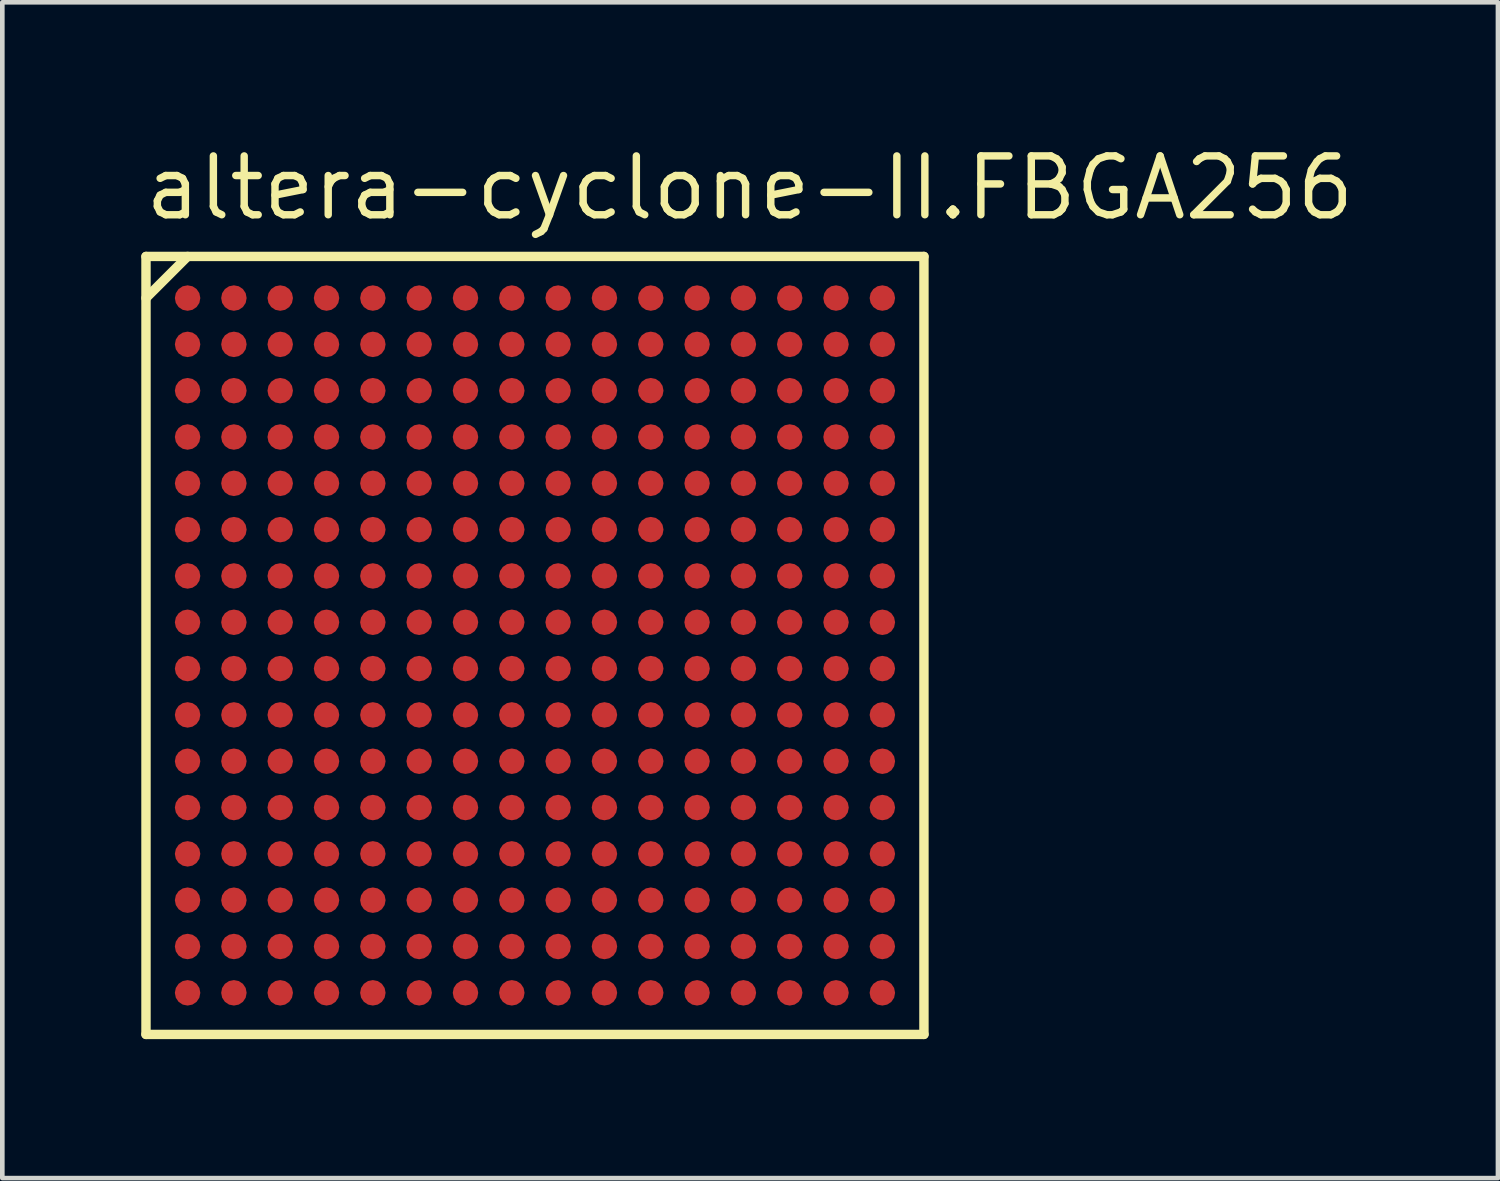
<source format=kicad_pcb>
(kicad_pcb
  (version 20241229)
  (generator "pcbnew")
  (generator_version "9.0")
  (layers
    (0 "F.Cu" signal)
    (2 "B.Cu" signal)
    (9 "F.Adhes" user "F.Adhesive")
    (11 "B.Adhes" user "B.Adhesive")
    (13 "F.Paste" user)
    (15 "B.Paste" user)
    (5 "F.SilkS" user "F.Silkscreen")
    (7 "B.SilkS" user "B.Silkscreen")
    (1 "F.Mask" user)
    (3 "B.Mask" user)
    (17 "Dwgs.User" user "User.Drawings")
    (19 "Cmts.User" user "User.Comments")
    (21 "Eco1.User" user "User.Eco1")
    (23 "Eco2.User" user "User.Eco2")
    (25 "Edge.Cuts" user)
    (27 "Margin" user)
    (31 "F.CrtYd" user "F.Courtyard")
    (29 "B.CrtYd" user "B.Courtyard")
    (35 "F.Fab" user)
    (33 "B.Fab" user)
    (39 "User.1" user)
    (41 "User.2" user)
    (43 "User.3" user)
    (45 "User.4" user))
  (footprint "altera-cyclone-II.FBGA256"
    (layer "F.Cu")
    (at 8.5 10.885)
    (property "Reference" "altera-cyclone-II.FBGA256" (at -8.5 -9.135 0) (layer "F.SilkS") (effects (font (size 1.27 1.27) (thickness 0.16)) (justify left bottom)))
    (attr smd)
    (fp_circle (center -7.5 -7.5) (end -7.225 -7.5) (stroke (width 0.1) (type default)) (fill no) (layer "F.Mask"))
    (fp_circle (center -7.5 -6.5) (end -7.225 -6.5) (stroke (width 0.1) (type default)) (fill no) (layer "F.Mask"))
    (fp_circle (center -7.5 -5.5) (end -7.225 -5.5) (stroke (width 0.1) (type default)) (fill no) (layer "F.Mask"))
    (fp_circle (center -7.5 -4.5) (end -7.225 -4.5) (stroke (width 0.1) (type default)) (fill no) (layer "F.Mask"))
    (fp_circle (center -7.5 -3.5) (end -7.225 -3.5) (stroke (width 0.1) (type default)) (fill no) (layer "F.Mask"))
    (fp_circle (center -7.5 -2.5) (end -7.225 -2.5) (stroke (width 0.1) (type default)) (fill no) (layer "F.Mask"))
    (fp_circle (center -7.5 -1.5) (end -7.225 -1.5) (stroke (width 0.1) (type default)) (fill no) (layer "F.Mask"))
    (fp_circle (center -7.5 -0.5) (end -7.225 -0.5) (stroke (width 0.1) (type default)) (fill no) (layer "F.Mask"))
    (fp_circle (center -7.5 0.5) (end -7.225 0.5) (stroke (width 0.1) (type default)) (fill no) (layer "F.Mask"))
    (fp_circle (center -7.5 1.5) (end -7.225 1.5) (stroke (width 0.1) (type default)) (fill no) (layer "F.Mask"))
    (fp_circle (center -7.5 2.5) (end -7.225 2.5) (stroke (width 0.1) (type default)) (fill no) (layer "F.Mask"))
    (fp_circle (center -7.5 3.5) (end -7.225 3.5) (stroke (width 0.1) (type default)) (fill no) (layer "F.Mask"))
    (fp_circle (center -7.5 4.5) (end -7.225 4.5) (stroke (width 0.1) (type default)) (fill no) (layer "F.Mask"))
    (fp_circle (center -7.5 5.5) (end -7.225 5.5) (stroke (width 0.1) (type default)) (fill no) (layer "F.Mask"))
    (fp_circle (center -7.5 6.5) (end -7.225 6.5) (stroke (width 0.1) (type default)) (fill no) (layer "F.Mask"))
    (fp_circle (center -7.5 7.5) (end -7.225 7.5) (stroke (width 0.1) (type default)) (fill no) (layer "F.Mask"))
    (fp_circle (center -6.5 -7.5) (end -6.225 -7.5) (stroke (width 0.1) (type default)) (fill no) (layer "F.Mask"))
    (fp_circle (center -6.5 -6.5) (end -6.225 -6.5) (stroke (width 0.1) (type default)) (fill no) (layer "F.Mask"))
    (fp_circle (center -6.5 -5.5) (end -6.225 -5.5) (stroke (width 0.1) (type default)) (fill no) (layer "F.Mask"))
    (fp_circle (center -6.5 -4.5) (end -6.225 -4.5) (stroke (width 0.1) (type default)) (fill no) (layer "F.Mask"))
    (fp_circle (center -6.5 -3.5) (end -6.225 -3.5) (stroke (width 0.1) (type default)) (fill no) (layer "F.Mask"))
    (fp_circle (center -6.5 -2.5) (end -6.225 -2.5) (stroke (width 0.1) (type default)) (fill no) (layer "F.Mask"))
    (fp_circle (center -6.5 -1.5) (end -6.225 -1.5) (stroke (width 0.1) (type default)) (fill no) (layer "F.Mask"))
    (fp_circle (center -6.5 -0.5) (end -6.225 -0.5) (stroke (width 0.1) (type default)) (fill no) (layer "F.Mask"))
    (fp_circle (center -6.5 0.5) (end -6.225 0.5) (stroke (width 0.1) (type default)) (fill no) (layer "F.Mask"))
    (fp_circle (center -6.5 1.5) (end -6.225 1.5) (stroke (width 0.1) (type default)) (fill no) (layer "F.Mask"))
    (fp_circle (center -6.5 2.5) (end -6.225 2.5) (stroke (width 0.1) (type default)) (fill no) (layer "F.Mask"))
    (fp_circle (center -6.5 3.5) (end -6.225 3.5) (stroke (width 0.1) (type default)) (fill no) (layer "F.Mask"))
    (fp_circle (center -6.5 4.5) (end -6.225 4.5) (stroke (width 0.1) (type default)) (fill no) (layer "F.Mask"))
    (fp_circle (center -6.5 5.5) (end -6.225 5.5) (stroke (width 0.1) (type default)) (fill no) (layer "F.Mask"))
    (fp_circle (center -6.5 6.5) (end -6.225 6.5) (stroke (width 0.1) (type default)) (fill no) (layer "F.Mask"))
    (fp_circle (center -6.5 7.5) (end -6.225 7.5) (stroke (width 0.1) (type default)) (fill no) (layer "F.Mask"))
    (fp_circle (center -5.5 -7.5) (end -5.225 -7.5) (stroke (width 0.1) (type default)) (fill no) (layer "F.Mask"))
    (fp_circle (center -5.5 -6.5) (end -5.225 -6.5) (stroke (width 0.1) (type default)) (fill no) (layer "F.Mask"))
    (fp_circle (center -5.5 -5.5) (end -5.225 -5.5) (stroke (width 0.1) (type default)) (fill no) (layer "F.Mask"))
    (fp_circle (center -5.5 -4.5) (end -5.225 -4.5) (stroke (width 0.1) (type default)) (fill no) (layer "F.Mask"))
    (fp_circle (center -5.5 -3.5) (end -5.225 -3.5) (stroke (width 0.1) (type default)) (fill no) (layer "F.Mask"))
    (fp_circle (center -5.5 -2.5) (end -5.225 -2.5) (stroke (width 0.1) (type default)) (fill no) (layer "F.Mask"))
    (fp_circle (center -5.5 -1.5) (end -5.225 -1.5) (stroke (width 0.1) (type default)) (fill no) (layer "F.Mask"))
    (fp_circle (center -5.5 -0.5) (end -5.225 -0.5) (stroke (width 0.1) (type default)) (fill no) (layer "F.Mask"))
    (fp_circle (center -5.5 0.5) (end -5.225 0.5) (stroke (width 0.1) (type default)) (fill no) (layer "F.Mask"))
    (fp_circle (center -5.5 1.5) (end -5.225 1.5) (stroke (width 0.1) (type default)) (fill no) (layer "F.Mask"))
    (fp_circle (center -5.5 2.5) (end -5.225 2.5) (stroke (width 0.1) (type default)) (fill no) (layer "F.Mask"))
    (fp_circle (center -5.5 3.5) (end -5.225 3.5) (stroke (width 0.1) (type default)) (fill no) (layer "F.Mask"))
    (fp_circle (center -5.5 4.5) (end -5.225 4.5) (stroke (width 0.1) (type default)) (fill no) (layer "F.Mask"))
    (fp_circle (center -5.5 5.5) (end -5.225 5.5) (stroke (width 0.1) (type default)) (fill no) (layer "F.Mask"))
    (fp_circle (center -5.5 6.5) (end -5.225 6.5) (stroke (width 0.1) (type default)) (fill no) (layer "F.Mask"))
    (fp_circle (center -5.5 7.5) (end -5.225 7.5) (stroke (width 0.1) (type default)) (fill no) (layer "F.Mask"))
    (fp_circle (center -4.5 -7.5) (end -4.225 -7.5) (stroke (width 0.1) (type default)) (fill no) (layer "F.Mask"))
    (fp_circle (center -4.5 -6.5) (end -4.225 -6.5) (stroke (width 0.1) (type default)) (fill no) (layer "F.Mask"))
    (fp_circle (center -4.5 -5.5) (end -4.225 -5.5) (stroke (width 0.1) (type default)) (fill no) (layer "F.Mask"))
    (fp_circle (center -4.5 -4.5) (end -4.225 -4.5) (stroke (width 0.1) (type default)) (fill no) (layer "F.Mask"))
    (fp_circle (center -4.5 -3.5) (end -4.225 -3.5) (stroke (width 0.1) (type default)) (fill no) (layer "F.Mask"))
    (fp_circle (center -4.5 -2.5) (end -4.225 -2.5) (stroke (width 0.1) (type default)) (fill no) (layer "F.Mask"))
    (fp_circle (center -4.5 -1.5) (end -4.225 -1.5) (stroke (width 0.1) (type default)) (fill no) (layer "F.Mask"))
    (fp_circle (center -4.5 -0.5) (end -4.225 -0.5) (stroke (width 0.1) (type default)) (fill no) (layer "F.Mask"))
    (fp_circle (center -4.5 0.5) (end -4.225 0.5) (stroke (width 0.1) (type default)) (fill no) (layer "F.Mask"))
    (fp_circle (center -4.5 1.5) (end -4.225 1.5) (stroke (width 0.1) (type default)) (fill no) (layer "F.Mask"))
    (fp_circle (center -4.5 2.5) (end -4.225 2.5) (stroke (width 0.1) (type default)) (fill no) (layer "F.Mask"))
    (fp_circle (center -4.5 3.5) (end -4.225 3.5) (stroke (width 0.1) (type default)) (fill no) (layer "F.Mask"))
    (fp_circle (center -4.5 4.5) (end -4.225 4.5) (stroke (width 0.1) (type default)) (fill no) (layer "F.Mask"))
    (fp_circle (center -4.5 5.5) (end -4.225 5.5) (stroke (width 0.1) (type default)) (fill no) (layer "F.Mask"))
    (fp_circle (center -4.5 6.5) (end -4.225 6.5) (stroke (width 0.1) (type default)) (fill no) (layer "F.Mask"))
    (fp_circle (center -4.5 7.5) (end -4.225 7.5) (stroke (width 0.1) (type default)) (fill no) (layer "F.Mask"))
    (fp_circle (center -3.5 -7.5) (end -3.225 -7.5) (stroke (width 0.1) (type default)) (fill no) (layer "F.Mask"))
    (fp_circle (center -3.5 -6.5) (end -3.225 -6.5) (stroke (width 0.1) (type default)) (fill no) (layer "F.Mask"))
    (fp_circle (center -3.5 -5.5) (end -3.225 -5.5) (stroke (width 0.1) (type default)) (fill no) (layer "F.Mask"))
    (fp_circle (center -3.5 -4.5) (end -3.225 -4.5) (stroke (width 0.1) (type default)) (fill no) (layer "F.Mask"))
    (fp_circle (center -3.5 -3.5) (end -3.225 -3.5) (stroke (width 0.1) (type default)) (fill no) (layer "F.Mask"))
    (fp_circle (center -3.5 -2.5) (end -3.225 -2.5) (stroke (width 0.1) (type default)) (fill no) (layer "F.Mask"))
    (fp_circle (center -3.5 -1.5) (end -3.225 -1.5) (stroke (width 0.1) (type default)) (fill no) (layer "F.Mask"))
    (fp_circle (center -3.5 -0.5) (end -3.225 -0.5) (stroke (width 0.1) (type default)) (fill no) (layer "F.Mask"))
    (fp_circle (center -3.5 0.5) (end -3.225 0.5) (stroke (width 0.1) (type default)) (fill no) (layer "F.Mask"))
    (fp_circle (center -3.5 1.5) (end -3.225 1.5) (stroke (width 0.1) (type default)) (fill no) (layer "F.Mask"))
    (fp_circle (center -3.5 2.5) (end -3.225 2.5) (stroke (width 0.1) (type default)) (fill no) (layer "F.Mask"))
    (fp_circle (center -3.5 3.5) (end -3.225 3.5) (stroke (width 0.1) (type default)) (fill no) (layer "F.Mask"))
    (fp_circle (center -3.5 4.5) (end -3.225 4.5) (stroke (width 0.1) (type default)) (fill no) (layer "F.Mask"))
    (fp_circle (center -3.5 5.5) (end -3.225 5.5) (stroke (width 0.1) (type default)) (fill no) (layer "F.Mask"))
    (fp_circle (center -3.5 6.5) (end -3.225 6.5) (stroke (width 0.1) (type default)) (fill no) (layer "F.Mask"))
    (fp_circle (center -3.5 7.5) (end -3.225 7.5) (stroke (width 0.1) (type default)) (fill no) (layer "F.Mask"))
    (fp_circle (center -2.5 -7.5) (end -2.225 -7.5) (stroke (width 0.1) (type default)) (fill no) (layer "F.Mask"))
    (fp_circle (center -2.5 -6.5) (end -2.225 -6.5) (stroke (width 0.1) (type default)) (fill no) (layer "F.Mask"))
    (fp_circle (center -2.5 -5.5) (end -2.225 -5.5) (stroke (width 0.1) (type default)) (fill no) (layer "F.Mask"))
    (fp_circle (center -2.5 -4.5) (end -2.225 -4.5) (stroke (width 0.1) (type default)) (fill no) (layer "F.Mask"))
    (fp_circle (center -2.5 -3.5) (end -2.225 -3.5) (stroke (width 0.1) (type default)) (fill no) (layer "F.Mask"))
    (fp_circle (center -2.5 -2.5) (end -2.225 -2.5) (stroke (width 0.1) (type default)) (fill no) (layer "F.Mask"))
    (fp_circle (center -2.5 -1.5) (end -2.225 -1.5) (stroke (width 0.1) (type default)) (fill no) (layer "F.Mask"))
    (fp_circle (center -2.5 -0.5) (end -2.225 -0.5) (stroke (width 0.1) (type default)) (fill no) (layer "F.Mask"))
    (fp_circle (center -2.5 0.5) (end -2.225 0.5) (stroke (width 0.1) (type default)) (fill no) (layer "F.Mask"))
    (fp_circle (center -2.5 1.5) (end -2.225 1.5) (stroke (width 0.1) (type default)) (fill no) (layer "F.Mask"))
    (fp_circle (center -2.5 2.5) (end -2.225 2.5) (stroke (width 0.1) (type default)) (fill no) (layer "F.Mask"))
    (fp_circle (center -2.5 3.5) (end -2.225 3.5) (stroke (width 0.1) (type default)) (fill no) (layer "F.Mask"))
    (fp_circle (center -2.5 4.5) (end -2.225 4.5) (stroke (width 0.1) (type default)) (fill no) (layer "F.Mask"))
    (fp_circle (center -2.5 5.5) (end -2.225 5.5) (stroke (width 0.1) (type default)) (fill no) (layer "F.Mask"))
    (fp_circle (center -2.5 6.5) (end -2.225 6.5) (stroke (width 0.1) (type default)) (fill no) (layer "F.Mask"))
    (fp_circle (center -2.5 7.5) (end -2.225 7.5) (stroke (width 0.1) (type default)) (fill no) (layer "F.Mask"))
    (fp_circle (center -1.5 -7.5) (end -1.225 -7.5) (stroke (width 0.1) (type default)) (fill no) (layer "F.Mask"))
    (fp_circle (center -1.5 -6.5) (end -1.225 -6.5) (stroke (width 0.1) (type default)) (fill no) (layer "F.Mask"))
    (fp_circle (center -1.5 -5.5) (end -1.225 -5.5) (stroke (width 0.1) (type default)) (fill no) (layer "F.Mask"))
    (fp_circle (center -1.5 -4.5) (end -1.225 -4.5) (stroke (width 0.1) (type default)) (fill no) (layer "F.Mask"))
    (fp_circle (center -1.5 -3.5) (end -1.225 -3.5) (stroke (width 0.1) (type default)) (fill no) (layer "F.Mask"))
    (fp_circle (center -1.5 -2.5) (end -1.225 -2.5) (stroke (width 0.1) (type default)) (fill no) (layer "F.Mask"))
    (fp_circle (center -1.5 -1.5) (end -1.225 -1.5) (stroke (width 0.1) (type default)) (fill no) (layer "F.Mask"))
    (fp_circle (center -1.5 -0.5) (end -1.225 -0.5) (stroke (width 0.1) (type default)) (fill no) (layer "F.Mask"))
    (fp_circle (center -1.5 0.5) (end -1.225 0.5) (stroke (width 0.1) (type default)) (fill no) (layer "F.Mask"))
    (fp_circle (center -1.5 1.5) (end -1.225 1.5) (stroke (width 0.1) (type default)) (fill no) (layer "F.Mask"))
    (fp_circle (center -1.5 2.5) (end -1.225 2.5) (stroke (width 0.1) (type default)) (fill no) (layer "F.Mask"))
    (fp_circle (center -1.5 3.5) (end -1.225 3.5) (stroke (width 0.1) (type default)) (fill no) (layer "F.Mask"))
    (fp_circle (center -1.5 4.5) (end -1.225 4.5) (stroke (width 0.1) (type default)) (fill no) (layer "F.Mask"))
    (fp_circle (center -1.5 5.5) (end -1.225 5.5) (stroke (width 0.1) (type default)) (fill no) (layer "F.Mask"))
    (fp_circle (center -1.5 6.5) (end -1.225 6.5) (stroke (width 0.1) (type default)) (fill no) (layer "F.Mask"))
    (fp_circle (center -1.5 7.5) (end -1.225 7.5) (stroke (width 0.1) (type default)) (fill no) (layer "F.Mask"))
    (fp_circle (center -0.5 -7.5) (end -0.225 -7.5) (stroke (width 0.1) (type default)) (fill no) (layer "F.Mask"))
    (fp_circle (center -0.5 -6.5) (end -0.225 -6.5) (stroke (width 0.1) (type default)) (fill no) (layer "F.Mask"))
    (fp_circle (center -0.5 -5.5) (end -0.225 -5.5) (stroke (width 0.1) (type default)) (fill no) (layer "F.Mask"))
    (fp_circle (center -0.5 -4.5) (end -0.225 -4.5) (stroke (width 0.1) (type default)) (fill no) (layer "F.Mask"))
    (fp_circle (center -0.5 -3.5) (end -0.225 -3.5) (stroke (width 0.1) (type default)) (fill no) (layer "F.Mask"))
    (fp_circle (center -0.5 -2.5) (end -0.225 -2.5) (stroke (width 0.1) (type default)) (fill no) (layer "F.Mask"))
    (fp_circle (center -0.5 -1.5) (end -0.225 -1.5) (stroke (width 0.1) (type default)) (fill no) (layer "F.Mask"))
    (fp_circle (center -0.5 -0.5) (end -0.225 -0.5) (stroke (width 0.1) (type default)) (fill no) (layer "F.Mask"))
    (fp_circle (center -0.5 0.5) (end -0.225 0.5) (stroke (width 0.1) (type default)) (fill no) (layer "F.Mask"))
    (fp_circle (center -0.5 1.5) (end -0.225 1.5) (stroke (width 0.1) (type default)) (fill no) (layer "F.Mask"))
    (fp_circle (center -0.5 2.5) (end -0.225 2.5) (stroke (width 0.1) (type default)) (fill no) (layer "F.Mask"))
    (fp_circle (center -0.5 3.5) (end -0.225 3.5) (stroke (width 0.1) (type default)) (fill no) (layer "F.Mask"))
    (fp_circle (center -0.5 4.5) (end -0.225 4.5) (stroke (width 0.1) (type default)) (fill no) (layer "F.Mask"))
    (fp_circle (center -0.5 5.5) (end -0.225 5.5) (stroke (width 0.1) (type default)) (fill no) (layer "F.Mask"))
    (fp_circle (center -0.5 6.5) (end -0.225 6.5) (stroke (width 0.1) (type default)) (fill no) (layer "F.Mask"))
    (fp_circle (center -0.5 7.5) (end -0.225 7.5) (stroke (width 0.1) (type default)) (fill no) (layer "F.Mask"))
    (fp_circle (center 0.5 -7.5) (end 0.775 -7.5) (stroke (width 0.1) (type default)) (fill no) (layer "F.Mask"))
    (fp_circle (center 0.5 -6.5) (end 0.775 -6.5) (stroke (width 0.1) (type default)) (fill no) (layer "F.Mask"))
    (fp_circle (center 0.5 -5.5) (end 0.775 -5.5) (stroke (width 0.1) (type default)) (fill no) (layer "F.Mask"))
    (fp_circle (center 0.5 -4.5) (end 0.775 -4.5) (stroke (width 0.1) (type default)) (fill no) (layer "F.Mask"))
    (fp_circle (center 0.5 -3.5) (end 0.775 -3.5) (stroke (width 0.1) (type default)) (fill no) (layer "F.Mask"))
    (fp_circle (center 0.5 -2.5) (end 0.775 -2.5) (stroke (width 0.1) (type default)) (fill no) (layer "F.Mask"))
    (fp_circle (center 0.5 -1.5) (end 0.775 -1.5) (stroke (width 0.1) (type default)) (fill no) (layer "F.Mask"))
    (fp_circle (center 0.5 -0.5) (end 0.775 -0.5) (stroke (width 0.1) (type default)) (fill no) (layer "F.Mask"))
    (fp_circle (center 0.5 0.5) (end 0.775 0.5) (stroke (width 0.1) (type default)) (fill no) (layer "F.Mask"))
    (fp_circle (center 0.5 1.5) (end 0.775 1.5) (stroke (width 0.1) (type default)) (fill no) (layer "F.Mask"))
    (fp_circle (center 0.5 2.5) (end 0.775 2.5) (stroke (width 0.1) (type default)) (fill no) (layer "F.Mask"))
    (fp_circle (center 0.5 3.5) (end 0.775 3.5) (stroke (width 0.1) (type default)) (fill no) (layer "F.Mask"))
    (fp_circle (center 0.5 4.5) (end 0.775 4.5) (stroke (width 0.1) (type default)) (fill no) (layer "F.Mask"))
    (fp_circle (center 0.5 5.5) (end 0.775 5.5) (stroke (width 0.1) (type default)) (fill no) (layer "F.Mask"))
    (fp_circle (center 0.5 6.5) (end 0.775 6.5) (stroke (width 0.1) (type default)) (fill no) (layer "F.Mask"))
    (fp_circle (center 0.5 7.5) (end 0.775 7.5) (stroke (width 0.1) (type default)) (fill no) (layer "F.Mask"))
    (fp_circle (center 1.5 -7.5) (end 1.775 -7.5) (stroke (width 0.1) (type default)) (fill no) (layer "F.Mask"))
    (fp_circle (center 1.5 -6.5) (end 1.775 -6.5) (stroke (width 0.1) (type default)) (fill no) (layer "F.Mask"))
    (fp_circle (center 1.5 -5.5) (end 1.775 -5.5) (stroke (width 0.1) (type default)) (fill no) (layer "F.Mask"))
    (fp_circle (center 1.5 -4.5) (end 1.775 -4.5) (stroke (width 0.1) (type default)) (fill no) (layer "F.Mask"))
    (fp_circle (center 1.5 -3.5) (end 1.775 -3.5) (stroke (width 0.1) (type default)) (fill no) (layer "F.Mask"))
    (fp_circle (center 1.5 -2.5) (end 1.775 -2.5) (stroke (width 0.1) (type default)) (fill no) (layer "F.Mask"))
    (fp_circle (center 1.5 -1.5) (end 1.775 -1.5) (stroke (width 0.1) (type default)) (fill no) (layer "F.Mask"))
    (fp_circle (center 1.5 -0.5) (end 1.775 -0.5) (stroke (width 0.1) (type default)) (fill no) (layer "F.Mask"))
    (fp_circle (center 1.5 0.5) (end 1.775 0.5) (stroke (width 0.1) (type default)) (fill no) (layer "F.Mask"))
    (fp_circle (center 1.5 1.5) (end 1.775 1.5) (stroke (width 0.1) (type default)) (fill no) (layer "F.Mask"))
    (fp_circle (center 1.5 2.5) (end 1.775 2.5) (stroke (width 0.1) (type default)) (fill no) (layer "F.Mask"))
    (fp_circle (center 1.5 3.5) (end 1.775 3.5) (stroke (width 0.1) (type default)) (fill no) (layer "F.Mask"))
    (fp_circle (center 1.5 4.5) (end 1.775 4.5) (stroke (width 0.1) (type default)) (fill no) (layer "F.Mask"))
    (fp_circle (center 1.5 5.5) (end 1.775 5.5) (stroke (width 0.1) (type default)) (fill no) (layer "F.Mask"))
    (fp_circle (center 1.5 6.5) (end 1.775 6.5) (stroke (width 0.1) (type default)) (fill no) (layer "F.Mask"))
    (fp_circle (center 1.5 7.5) (end 1.775 7.5) (stroke (width 0.1) (type default)) (fill no) (layer "F.Mask"))
    (fp_circle (center 2.5 -7.5) (end 2.775 -7.5) (stroke (width 0.1) (type default)) (fill no) (layer "F.Mask"))
    (fp_circle (center 2.5 -6.5) (end 2.775 -6.5) (stroke (width 0.1) (type default)) (fill no) (layer "F.Mask"))
    (fp_circle (center 2.5 -5.5) (end 2.775 -5.5) (stroke (width 0.1) (type default)) (fill no) (layer "F.Mask"))
    (fp_circle (center 2.5 -4.5) (end 2.775 -4.5) (stroke (width 0.1) (type default)) (fill no) (layer "F.Mask"))
    (fp_circle (center 2.5 -3.5) (end 2.775 -3.5) (stroke (width 0.1) (type default)) (fill no) (layer "F.Mask"))
    (fp_circle (center 2.5 -2.5) (end 2.775 -2.5) (stroke (width 0.1) (type default)) (fill no) (layer "F.Mask"))
    (fp_circle (center 2.5 -1.5) (end 2.775 -1.5) (stroke (width 0.1) (type default)) (fill no) (layer "F.Mask"))
    (fp_circle (center 2.5 -0.5) (end 2.775 -0.5) (stroke (width 0.1) (type default)) (fill no) (layer "F.Mask"))
    (fp_circle (center 2.5 0.5) (end 2.775 0.5) (stroke (width 0.1) (type default)) (fill no) (layer "F.Mask"))
    (fp_circle (center 2.5 1.5) (end 2.775 1.5) (stroke (width 0.1) (type default)) (fill no) (layer "F.Mask"))
    (fp_circle (center 2.5 2.5) (end 2.775 2.5) (stroke (width 0.1) (type default)) (fill no) (layer "F.Mask"))
    (fp_circle (center 2.5 3.5) (end 2.775 3.5) (stroke (width 0.1) (type default)) (fill no) (layer "F.Mask"))
    (fp_circle (center 2.5 4.5) (end 2.775 4.5) (stroke (width 0.1) (type default)) (fill no) (layer "F.Mask"))
    (fp_circle (center 2.5 5.5) (end 2.775 5.5) (stroke (width 0.1) (type default)) (fill no) (layer "F.Mask"))
    (fp_circle (center 2.5 6.5) (end 2.775 6.5) (stroke (width 0.1) (type default)) (fill no) (layer "F.Mask"))
    (fp_circle (center 2.5 7.5) (end 2.775 7.5) (stroke (width 0.1) (type default)) (fill no) (layer "F.Mask"))
    (fp_circle (center 3.5 -7.5) (end 3.775 -7.5) (stroke (width 0.1) (type default)) (fill no) (layer "F.Mask"))
    (fp_circle (center 3.5 -6.5) (end 3.775 -6.5) (stroke (width 0.1) (type default)) (fill no) (layer "F.Mask"))
    (fp_circle (center 3.5 -5.5) (end 3.775 -5.5) (stroke (width 0.1) (type default)) (fill no) (layer "F.Mask"))
    (fp_circle (center 3.5 -4.5) (end 3.775 -4.5) (stroke (width 0.1) (type default)) (fill no) (layer "F.Mask"))
    (fp_circle (center 3.5 -3.5) (end 3.775 -3.5) (stroke (width 0.1) (type default)) (fill no) (layer "F.Mask"))
    (fp_circle (center 3.5 -2.5) (end 3.775 -2.5) (stroke (width 0.1) (type default)) (fill no) (layer "F.Mask"))
    (fp_circle (center 3.5 -1.5) (end 3.775 -1.5) (stroke (width 0.1) (type default)) (fill no) (layer "F.Mask"))
    (fp_circle (center 3.5 -0.5) (end 3.775 -0.5) (stroke (width 0.1) (type default)) (fill no) (layer "F.Mask"))
    (fp_circle (center 3.5 0.5) (end 3.775 0.5) (stroke (width 0.1) (type default)) (fill no) (layer "F.Mask"))
    (fp_circle (center 3.5 1.5) (end 3.775 1.5) (stroke (width 0.1) (type default)) (fill no) (layer "F.Mask"))
    (fp_circle (center 3.5 2.5) (end 3.775 2.5) (stroke (width 0.1) (type default)) (fill no) (layer "F.Mask"))
    (fp_circle (center 3.5 3.5) (end 3.775 3.5) (stroke (width 0.1) (type default)) (fill no) (layer "F.Mask"))
    (fp_circle (center 3.5 4.5) (end 3.775 4.5) (stroke (width 0.1) (type default)) (fill no) (layer "F.Mask"))
    (fp_circle (center 3.5 5.5) (end 3.775 5.5) (stroke (width 0.1) (type default)) (fill no) (layer "F.Mask"))
    (fp_circle (center 3.5 6.5) (end 3.775 6.5) (stroke (width 0.1) (type default)) (fill no) (layer "F.Mask"))
    (fp_circle (center 3.5 7.5) (end 3.775 7.5) (stroke (width 0.1) (type default)) (fill no) (layer "F.Mask"))
    (fp_circle (center 4.5 -7.5) (end 4.775 -7.5) (stroke (width 0.1) (type default)) (fill no) (layer "F.Mask"))
    (fp_circle (center 4.5 -6.5) (end 4.775 -6.5) (stroke (width 0.1) (type default)) (fill no) (layer "F.Mask"))
    (fp_circle (center 4.5 -5.5) (end 4.775 -5.5) (stroke (width 0.1) (type default)) (fill no) (layer "F.Mask"))
    (fp_circle (center 4.5 -4.5) (end 4.775 -4.5) (stroke (width 0.1) (type default)) (fill no) (layer "F.Mask"))
    (fp_circle (center 4.5 -3.5) (end 4.775 -3.5) (stroke (width 0.1) (type default)) (fill no) (layer "F.Mask"))
    (fp_circle (center 4.5 -2.5) (end 4.775 -2.5) (stroke (width 0.1) (type default)) (fill no) (layer "F.Mask"))
    (fp_circle (center 4.5 -1.5) (end 4.775 -1.5) (stroke (width 0.1) (type default)) (fill no) (layer "F.Mask"))
    (fp_circle (center 4.5 -0.5) (end 4.775 -0.5) (stroke (width 0.1) (type default)) (fill no) (layer "F.Mask"))
    (fp_circle (center 4.5 0.5) (end 4.775 0.5) (stroke (width 0.1) (type default)) (fill no) (layer "F.Mask"))
    (fp_circle (center 4.5 1.5) (end 4.775 1.5) (stroke (width 0.1) (type default)) (fill no) (layer "F.Mask"))
    (fp_circle (center 4.5 2.5) (end 4.775 2.5) (stroke (width 0.1) (type default)) (fill no) (layer "F.Mask"))
    (fp_circle (center 4.5 3.5) (end 4.775 3.5) (stroke (width 0.1) (type default)) (fill no) (layer "F.Mask"))
    (fp_circle (center 4.5 4.5) (end 4.775 4.5) (stroke (width 0.1) (type default)) (fill no) (layer "F.Mask"))
    (fp_circle (center 4.5 5.5) (end 4.775 5.5) (stroke (width 0.1) (type default)) (fill no) (layer "F.Mask"))
    (fp_circle (center 4.5 6.5) (end 4.775 6.5) (stroke (width 0.1) (type default)) (fill no) (layer "F.Mask"))
    (fp_circle (center 4.5 7.5) (end 4.775 7.5) (stroke (width 0.1) (type default)) (fill no) (layer "F.Mask"))
    (fp_circle (center 5.5 -7.5) (end 5.775 -7.5) (stroke (width 0.1) (type default)) (fill no) (layer "F.Mask"))
    (fp_circle (center 5.5 -6.5) (end 5.775 -6.5) (stroke (width 0.1) (type default)) (fill no) (layer "F.Mask"))
    (fp_circle (center 5.5 -5.5) (end 5.775 -5.5) (stroke (width 0.1) (type default)) (fill no) (layer "F.Mask"))
    (fp_circle (center 5.5 -4.5) (end 5.775 -4.5) (stroke (width 0.1) (type default)) (fill no) (layer "F.Mask"))
    (fp_circle (center 5.5 -3.5) (end 5.775 -3.5) (stroke (width 0.1) (type default)) (fill no) (layer "F.Mask"))
    (fp_circle (center 5.5 -2.5) (end 5.775 -2.5) (stroke (width 0.1) (type default)) (fill no) (layer "F.Mask"))
    (fp_circle (center 5.5 -1.5) (end 5.775 -1.5) (stroke (width 0.1) (type default)) (fill no) (layer "F.Mask"))
    (fp_circle (center 5.5 -0.5) (end 5.775 -0.5) (stroke (width 0.1) (type default)) (fill no) (layer "F.Mask"))
    (fp_circle (center 5.5 0.5) (end 5.775 0.5) (stroke (width 0.1) (type default)) (fill no) (layer "F.Mask"))
    (fp_circle (center 5.5 1.5) (end 5.775 1.5) (stroke (width 0.1) (type default)) (fill no) (layer "F.Mask"))
    (fp_circle (center 5.5 2.5) (end 5.775 2.5) (stroke (width 0.1) (type default)) (fill no) (layer "F.Mask"))
    (fp_circle (center 5.5 3.5) (end 5.775 3.5) (stroke (width 0.1) (type default)) (fill no) (layer "F.Mask"))
    (fp_circle (center 5.5 4.5) (end 5.775 4.5) (stroke (width 0.1) (type default)) (fill no) (layer "F.Mask"))
    (fp_circle (center 5.5 5.5) (end 5.775 5.5) (stroke (width 0.1) (type default)) (fill no) (layer "F.Mask"))
    (fp_circle (center 5.5 6.5) (end 5.775 6.5) (stroke (width 0.1) (type default)) (fill no) (layer "F.Mask"))
    (fp_circle (center 5.5 7.5) (end 5.775 7.5) (stroke (width 0.1) (type default)) (fill no) (layer "F.Mask"))
    (fp_circle (center 6.5 -7.5) (end 6.775 -7.5) (stroke (width 0.1) (type default)) (fill no) (layer "F.Mask"))
    (fp_circle (center 6.5 -6.5) (end 6.775 -6.5) (stroke (width 0.1) (type default)) (fill no) (layer "F.Mask"))
    (fp_circle (center 6.5 -5.5) (end 6.775 -5.5) (stroke (width 0.1) (type default)) (fill no) (layer "F.Mask"))
    (fp_circle (center 6.5 -4.5) (end 6.775 -4.5) (stroke (width 0.1) (type default)) (fill no) (layer "F.Mask"))
    (fp_circle (center 6.5 -3.5) (end 6.775 -3.5) (stroke (width 0.1) (type default)) (fill no) (layer "F.Mask"))
    (fp_circle (center 6.5 -2.5) (end 6.775 -2.5) (stroke (width 0.1) (type default)) (fill no) (layer "F.Mask"))
    (fp_circle (center 6.5 -1.5) (end 6.775 -1.5) (stroke (width 0.1) (type default)) (fill no) (layer "F.Mask"))
    (fp_circle (center 6.5 -0.5) (end 6.775 -0.5) (stroke (width 0.1) (type default)) (fill no) (layer "F.Mask"))
    (fp_circle (center 6.5 0.5) (end 6.775 0.5) (stroke (width 0.1) (type default)) (fill no) (layer "F.Mask"))
    (fp_circle (center 6.5 1.5) (end 6.775 1.5) (stroke (width 0.1) (type default)) (fill no) (layer "F.Mask"))
    (fp_circle (center 6.5 2.5) (end 6.775 2.5) (stroke (width 0.1) (type default)) (fill no) (layer "F.Mask"))
    (fp_circle (center 6.5 3.5) (end 6.775 3.5) (stroke (width 0.1) (type default)) (fill no) (layer "F.Mask"))
    (fp_circle (center 6.5 4.5) (end 6.775 4.5) (stroke (width 0.1) (type default)) (fill no) (layer "F.Mask"))
    (fp_circle (center 6.5 5.5) (end 6.775 5.5) (stroke (width 0.1) (type default)) (fill no) (layer "F.Mask"))
    (fp_circle (center 6.5 6.5) (end 6.775 6.5) (stroke (width 0.1) (type default)) (fill no) (layer "F.Mask"))
    (fp_circle (center 6.5 7.5) (end 6.775 7.5) (stroke (width 0.1) (type default)) (fill no) (layer "F.Mask"))
    (fp_circle (center 7.5 -7.5) (end 7.775 -7.5) (stroke (width 0.1) (type default)) (fill no) (layer "F.Mask"))
    (fp_circle (center 7.5 -6.5) (end 7.775 -6.5) (stroke (width 0.1) (type default)) (fill no) (layer "F.Mask"))
    (fp_circle (center 7.5 -5.5) (end 7.775 -5.5) (stroke (width 0.1) (type default)) (fill no) (layer "F.Mask"))
    (fp_circle (center 7.5 -4.5) (end 7.775 -4.5) (stroke (width 0.1) (type default)) (fill no) (layer "F.Mask"))
    (fp_circle (center 7.5 -3.5) (end 7.775 -3.5) (stroke (width 0.1) (type default)) (fill no) (layer "F.Mask"))
    (fp_circle (center 7.5 -2.5) (end 7.775 -2.5) (stroke (width 0.1) (type default)) (fill no) (layer "F.Mask"))
    (fp_circle (center 7.5 -1.5) (end 7.775 -1.5) (stroke (width 0.1) (type default)) (fill no) (layer "F.Mask"))
    (fp_circle (center 7.5 -0.5) (end 7.775 -0.5) (stroke (width 0.1) (type default)) (fill no) (layer "F.Mask"))
    (fp_circle (center 7.5 0.5) (end 7.775 0.5) (stroke (width 0.1) (type default)) (fill no) (layer "F.Mask"))
    (fp_circle (center 7.5 1.5) (end 7.775 1.5) (stroke (width 0.1) (type default)) (fill no) (layer "F.Mask"))
    (fp_circle (center 7.5 2.5) (end 7.775 2.5) (stroke (width 0.1) (type default)) (fill no) (layer "F.Mask"))
    (fp_circle (center 7.5 3.5) (end 7.775 3.5) (stroke (width 0.1) (type default)) (fill no) (layer "F.Mask"))
    (fp_circle (center 7.5 4.5) (end 7.775 4.5) (stroke (width 0.1) (type default)) (fill no) (layer "F.Mask"))
    (fp_circle (center 7.5 5.5) (end 7.775 5.5) (stroke (width 0.1) (type default)) (fill no) (layer "F.Mask"))
    (fp_circle (center 7.5 6.5) (end 7.775 6.5) (stroke (width 0.1) (type default)) (fill no) (layer "F.Mask"))
    (fp_circle (center 7.5 7.5) (end 7.775 7.5) (stroke (width 0.1) (type default)) (fill no) (layer "F.Mask"))
    (fp_line (start -8.398 -8.398) (end -8.398 8.398) (stroke (width 0.203) (type default)) (layer "F.SilkS"))
    (fp_line (start -8.398 -7.5) (end -7.5 -8.398) (stroke (width 0.203) (type default)) (layer "F.SilkS"))
    (fp_line (start -8.398 8.398) (end 8.398 8.398) (stroke (width 0.203) (type default)) (layer "F.SilkS"))
    (fp_line (start 8.398 -8.398) (end -8.398 -8.398) (stroke (width 0.203) (type default)) (layer "F.SilkS"))
    (fp_line (start 8.398 8.398) (end 8.398 -8.398) (stroke (width 0.203) (type default)) (layer "F.SilkS"))
    (pad "A1" smd roundrect (at -7.5 -7.5) (size 0.55 0.55) (layers "F.Cu" "F.Mask" "F.Paste") (roundrect_rratio 0.5))
    (pad "A2" smd roundrect (at -6.5 -7.5) (size 0.55 0.55) (layers "F.Cu" "F.Mask" "F.Paste") (roundrect_rratio 0.5))
    (pad "A3" smd roundrect (at -5.5 -7.5) (size 0.55 0.55) (layers "F.Cu" "F.Mask" "F.Paste") (roundrect_rratio 0.5))
    (pad "A4" smd roundrect (at -4.5 -7.5) (size 0.55 0.55) (layers "F.Cu" "F.Mask" "F.Paste") (roundrect_rratio 0.5))
    (pad "A5" smd roundrect (at -3.5 -7.5) (size 0.55 0.55) (layers "F.Cu" "F.Mask" "F.Paste") (roundrect_rratio 0.5))
    (pad "A6" smd roundrect (at -2.5 -7.5) (size 0.55 0.55) (layers "F.Cu" "F.Mask" "F.Paste") (roundrect_rratio 0.5))
    (pad "A7" smd roundrect (at -1.5 -7.5) (size 0.55 0.55) (layers "F.Cu" "F.Mask" "F.Paste") (roundrect_rratio 0.5))
    (pad "A8" smd roundrect (at -0.5 -7.5) (size 0.55 0.55) (layers "F.Cu" "F.Mask" "F.Paste") (roundrect_rratio 0.5))
    (pad "A9" smd roundrect (at 0.5 -7.5) (size 0.55 0.55) (layers "F.Cu" "F.Mask" "F.Paste") (roundrect_rratio 0.5))
    (pad "A10" smd roundrect (at 1.5 -7.5) (size 0.55 0.55) (layers "F.Cu" "F.Mask" "F.Paste") (roundrect_rratio 0.5))
    (pad "A11" smd roundrect (at 2.5 -7.5) (size 0.55 0.55) (layers "F.Cu" "F.Mask" "F.Paste") (roundrect_rratio 0.5))
    (pad "A12" smd roundrect (at 3.5 -7.5) (size 0.55 0.55) (layers "F.Cu" "F.Mask" "F.Paste") (roundrect_rratio 0.5))
    (pad "A13" smd roundrect (at 4.5 -7.5) (size 0.55 0.55) (layers "F.Cu" "F.Mask" "F.Paste") (roundrect_rratio 0.5))
    (pad "A14" smd roundrect (at 5.5 -7.5) (size 0.55 0.55) (layers "F.Cu" "F.Mask" "F.Paste") (roundrect_rratio 0.5))
    (pad "A15" smd roundrect (at 6.5 -7.5) (size 0.55 0.55) (layers "F.Cu" "F.Mask" "F.Paste") (roundrect_rratio 0.5))
    (pad "A16" smd roundrect (at 7.5 -7.5) (size 0.55 0.55) (layers "F.Cu" "F.Mask" "F.Paste") (roundrect_rratio 0.5))
    (pad "B1" smd roundrect (at -7.5 -6.5) (size 0.55 0.55) (layers "F.Cu" "F.Mask" "F.Paste") (roundrect_rratio 0.5))
    (pad "B2" smd roundrect (at -6.5 -6.5) (size 0.55 0.55) (layers "F.Cu" "F.Mask" "F.Paste") (roundrect_rratio 0.5))
    (pad "B3" smd roundrect (at -5.5 -6.5) (size 0.55 0.55) (layers "F.Cu" "F.Mask" "F.Paste") (roundrect_rratio 0.5))
    (pad "B4" smd roundrect (at -4.5 -6.5) (size 0.55 0.55) (layers "F.Cu" "F.Mask" "F.Paste") (roundrect_rratio 0.5))
    (pad "B5" smd roundrect (at -3.5 -6.5) (size 0.55 0.55) (layers "F.Cu" "F.Mask" "F.Paste") (roundrect_rratio 0.5))
    (pad "B6" smd roundrect (at -2.5 -6.5) (size 0.55 0.55) (layers "F.Cu" "F.Mask" "F.Paste") (roundrect_rratio 0.5))
    (pad "B7" smd roundrect (at -1.5 -6.5) (size 0.55 0.55) (layers "F.Cu" "F.Mask" "F.Paste") (roundrect_rratio 0.5))
    (pad "B8" smd roundrect (at -0.5 -6.5) (size 0.55 0.55) (layers "F.Cu" "F.Mask" "F.Paste") (roundrect_rratio 0.5))
    (pad "B9" smd roundrect (at 0.5 -6.5) (size 0.55 0.55) (layers "F.Cu" "F.Mask" "F.Paste") (roundrect_rratio 0.5))
    (pad "B10" smd roundrect (at 1.5 -6.5) (size 0.55 0.55) (layers "F.Cu" "F.Mask" "F.Paste") (roundrect_rratio 0.5))
    (pad "B11" smd roundrect (at 2.5 -6.5) (size 0.55 0.55) (layers "F.Cu" "F.Mask" "F.Paste") (roundrect_rratio 0.5))
    (pad "B12" smd roundrect (at 3.5 -6.5) (size 0.55 0.55) (layers "F.Cu" "F.Mask" "F.Paste") (roundrect_rratio 0.5))
    (pad "B13" smd roundrect (at 4.5 -6.5) (size 0.55 0.55) (layers "F.Cu" "F.Mask" "F.Paste") (roundrect_rratio 0.5))
    (pad "B14" smd roundrect (at 5.5 -6.5) (size 0.55 0.55) (layers "F.Cu" "F.Mask" "F.Paste") (roundrect_rratio 0.5))
    (pad "B15" smd roundrect (at 6.5 -6.5) (size 0.55 0.55) (layers "F.Cu" "F.Mask" "F.Paste") (roundrect_rratio 0.5))
    (pad "B16" smd roundrect (at 7.5 -6.5) (size 0.55 0.55) (layers "F.Cu" "F.Mask" "F.Paste") (roundrect_rratio 0.5))
    (pad "C1" smd roundrect (at -7.5 -5.5) (size 0.55 0.55) (layers "F.Cu" "F.Mask" "F.Paste") (roundrect_rratio 0.5))
    (pad "C2" smd roundrect (at -6.5 -5.5) (size 0.55 0.55) (layers "F.Cu" "F.Mask" "F.Paste") (roundrect_rratio 0.5))
    (pad "C3" smd roundrect (at -5.5 -5.5) (size 0.55 0.55) (layers "F.Cu" "F.Mask" "F.Paste") (roundrect_rratio 0.5))
    (pad "C4" smd roundrect (at -4.5 -5.5) (size 0.55 0.55) (layers "F.Cu" "F.Mask" "F.Paste") (roundrect_rratio 0.5))
    (pad "C5" smd roundrect (at -3.5 -5.5) (size 0.55 0.55) (layers "F.Cu" "F.Mask" "F.Paste") (roundrect_rratio 0.5))
    (pad "C6" smd roundrect (at -2.5 -5.5) (size 0.55 0.55) (layers "F.Cu" "F.Mask" "F.Paste") (roundrect_rratio 0.5))
    (pad "C7" smd roundrect (at -1.5 -5.5) (size 0.55 0.55) (layers "F.Cu" "F.Mask" "F.Paste") (roundrect_rratio 0.5))
    (pad "C8" smd roundrect (at -0.5 -5.5) (size 0.55 0.55) (layers "F.Cu" "F.Mask" "F.Paste") (roundrect_rratio 0.5))
    (pad "C9" smd roundrect (at 0.5 -5.5) (size 0.55 0.55) (layers "F.Cu" "F.Mask" "F.Paste") (roundrect_rratio 0.5))
    (pad "C10" smd roundrect (at 1.5 -5.5) (size 0.55 0.55) (layers "F.Cu" "F.Mask" "F.Paste") (roundrect_rratio 0.5))
    (pad "C11" smd roundrect (at 2.5 -5.5) (size 0.55 0.55) (layers "F.Cu" "F.Mask" "F.Paste") (roundrect_rratio 0.5))
    (pad "C12" smd roundrect (at 3.5 -5.5) (size 0.55 0.55) (layers "F.Cu" "F.Mask" "F.Paste") (roundrect_rratio 0.5))
    (pad "C13" smd roundrect (at 4.5 -5.5) (size 0.55 0.55) (layers "F.Cu" "F.Mask" "F.Paste") (roundrect_rratio 0.5))
    (pad "C14" smd roundrect (at 5.5 -5.5) (size 0.55 0.55) (layers "F.Cu" "F.Mask" "F.Paste") (roundrect_rratio 0.5))
    (pad "C15" smd roundrect (at 6.5 -5.5) (size 0.55 0.55) (layers "F.Cu" "F.Mask" "F.Paste") (roundrect_rratio 0.5))
    (pad "C16" smd roundrect (at 7.5 -5.5) (size 0.55 0.55) (layers "F.Cu" "F.Mask" "F.Paste") (roundrect_rratio 0.5))
    (pad "D1" smd roundrect (at -7.5 -4.5) (size 0.55 0.55) (layers "F.Cu" "F.Mask" "F.Paste") (roundrect_rratio 0.5))
    (pad "D2" smd roundrect (at -6.5 -4.5) (size 0.55 0.55) (layers "F.Cu" "F.Mask" "F.Paste") (roundrect_rratio 0.5))
    (pad "D3" smd roundrect (at -5.5 -4.5) (size 0.55 0.55) (layers "F.Cu" "F.Mask" "F.Paste") (roundrect_rratio 0.5))
    (pad "D4" smd roundrect (at -4.5 -4.5) (size 0.55 0.55) (layers "F.Cu" "F.Mask" "F.Paste") (roundrect_rratio 0.5))
    (pad "D5" smd roundrect (at -3.5 -4.5) (size 0.55 0.55) (layers "F.Cu" "F.Mask" "F.Paste") (roundrect_rratio 0.5))
    (pad "D6" smd roundrect (at -2.5 -4.5) (size 0.55 0.55) (layers "F.Cu" "F.Mask" "F.Paste") (roundrect_rratio 0.5))
    (pad "D7" smd roundrect (at -1.5 -4.5) (size 0.55 0.55) (layers "F.Cu" "F.Mask" "F.Paste") (roundrect_rratio 0.5))
    (pad "D8" smd roundrect (at -0.5 -4.5) (size 0.55 0.55) (layers "F.Cu" "F.Mask" "F.Paste") (roundrect_rratio 0.5))
    (pad "D9" smd roundrect (at 0.5 -4.5) (size 0.55 0.55) (layers "F.Cu" "F.Mask" "F.Paste") (roundrect_rratio 0.5))
    (pad "D10" smd roundrect (at 1.5 -4.5) (size 0.55 0.55) (layers "F.Cu" "F.Mask" "F.Paste") (roundrect_rratio 0.5))
    (pad "D11" smd roundrect (at 2.5 -4.5) (size 0.55 0.55) (layers "F.Cu" "F.Mask" "F.Paste") (roundrect_rratio 0.5))
    (pad "D12" smd roundrect (at 3.5 -4.5) (size 0.55 0.55) (layers "F.Cu" "F.Mask" "F.Paste") (roundrect_rratio 0.5))
    (pad "D13" smd roundrect (at 4.5 -4.5) (size 0.55 0.55) (layers "F.Cu" "F.Mask" "F.Paste") (roundrect_rratio 0.5))
    (pad "D14" smd roundrect (at 5.5 -4.5) (size 0.55 0.55) (layers "F.Cu" "F.Mask" "F.Paste") (roundrect_rratio 0.5))
    (pad "D15" smd roundrect (at 6.5 -4.5) (size 0.55 0.55) (layers "F.Cu" "F.Mask" "F.Paste") (roundrect_rratio 0.5))
    (pad "D16" smd roundrect (at 7.5 -4.5) (size 0.55 0.55) (layers "F.Cu" "F.Mask" "F.Paste") (roundrect_rratio 0.5))
    (pad "E1" smd roundrect (at -7.5 -3.5) (size 0.55 0.55) (layers "F.Cu" "F.Mask" "F.Paste") (roundrect_rratio 0.5))
    (pad "E2" smd roundrect (at -6.5 -3.5) (size 0.55 0.55) (layers "F.Cu" "F.Mask" "F.Paste") (roundrect_rratio 0.5))
    (pad "E3" smd roundrect (at -5.5 -3.5) (size 0.55 0.55) (layers "F.Cu" "F.Mask" "F.Paste") (roundrect_rratio 0.5))
    (pad "E4" smd roundrect (at -4.5 -3.5) (size 0.55 0.55) (layers "F.Cu" "F.Mask" "F.Paste") (roundrect_rratio 0.5))
    (pad "E5" smd roundrect (at -3.5 -3.5) (size 0.55 0.55) (layers "F.Cu" "F.Mask" "F.Paste") (roundrect_rratio 0.5))
    (pad "E6" smd roundrect (at -2.5 -3.5) (size 0.55 0.55) (layers "F.Cu" "F.Mask" "F.Paste") (roundrect_rratio 0.5))
    (pad "E7" smd roundrect (at -1.5 -3.5) (size 0.55 0.55) (layers "F.Cu" "F.Mask" "F.Paste") (roundrect_rratio 0.5))
    (pad "E8" smd roundrect (at -0.5 -3.5) (size 0.55 0.55) (layers "F.Cu" "F.Mask" "F.Paste") (roundrect_rratio 0.5))
    (pad "E9" smd roundrect (at 0.5 -3.5) (size 0.55 0.55) (layers "F.Cu" "F.Mask" "F.Paste") (roundrect_rratio 0.5))
    (pad "E10" smd roundrect (at 1.5 -3.5) (size 0.55 0.55) (layers "F.Cu" "F.Mask" "F.Paste") (roundrect_rratio 0.5))
    (pad "E11" smd roundrect (at 2.5 -3.5) (size 0.55 0.55) (layers "F.Cu" "F.Mask" "F.Paste") (roundrect_rratio 0.5))
    (pad "E12" smd roundrect (at 3.5 -3.5) (size 0.55 0.55) (layers "F.Cu" "F.Mask" "F.Paste") (roundrect_rratio 0.5))
    (pad "E13" smd roundrect (at 4.5 -3.5) (size 0.55 0.55) (layers "F.Cu" "F.Mask" "F.Paste") (roundrect_rratio 0.5))
    (pad "E14" smd roundrect (at 5.5 -3.5) (size 0.55 0.55) (layers "F.Cu" "F.Mask" "F.Paste") (roundrect_rratio 0.5))
    (pad "E15" smd roundrect (at 6.5 -3.5) (size 0.55 0.55) (layers "F.Cu" "F.Mask" "F.Paste") (roundrect_rratio 0.5))
    (pad "E16" smd roundrect (at 7.5 -3.5) (size 0.55 0.55) (layers "F.Cu" "F.Mask" "F.Paste") (roundrect_rratio 0.5))
    (pad "F1" smd roundrect (at -7.5 -2.5) (size 0.55 0.55) (layers "F.Cu" "F.Mask" "F.Paste") (roundrect_rratio 0.5))
    (pad "F2" smd roundrect (at -6.5 -2.5) (size 0.55 0.55) (layers "F.Cu" "F.Mask" "F.Paste") (roundrect_rratio 0.5))
    (pad "F3" smd roundrect (at -5.5 -2.5) (size 0.55 0.55) (layers "F.Cu" "F.Mask" "F.Paste") (roundrect_rratio 0.5))
    (pad "F4" smd roundrect (at -4.5 -2.5) (size 0.55 0.55) (layers "F.Cu" "F.Mask" "F.Paste") (roundrect_rratio 0.5))
    (pad "F5" smd roundrect (at -3.5 -2.5) (size 0.55 0.55) (layers "F.Cu" "F.Mask" "F.Paste") (roundrect_rratio 0.5))
    (pad "F6" smd roundrect (at -2.5 -2.5) (size 0.55 0.55) (layers "F.Cu" "F.Mask" "F.Paste") (roundrect_rratio 0.5))
    (pad "F7" smd roundrect (at -1.5 -2.5) (size 0.55 0.55) (layers "F.Cu" "F.Mask" "F.Paste") (roundrect_rratio 0.5))
    (pad "F8" smd roundrect (at -0.5 -2.5) (size 0.55 0.55) (layers "F.Cu" "F.Mask" "F.Paste") (roundrect_rratio 0.5))
    (pad "F9" smd roundrect (at 0.5 -2.5) (size 0.55 0.55) (layers "F.Cu" "F.Mask" "F.Paste") (roundrect_rratio 0.5))
    (pad "F10" smd roundrect (at 1.5 -2.5) (size 0.55 0.55) (layers "F.Cu" "F.Mask" "F.Paste") (roundrect_rratio 0.5))
    (pad "F11" smd roundrect (at 2.5 -2.5) (size 0.55 0.55) (layers "F.Cu" "F.Mask" "F.Paste") (roundrect_rratio 0.5))
    (pad "F12" smd roundrect (at 3.5 -2.5) (size 0.55 0.55) (layers "F.Cu" "F.Mask" "F.Paste") (roundrect_rratio 0.5))
    (pad "F13" smd roundrect (at 4.5 -2.5) (size 0.55 0.55) (layers "F.Cu" "F.Mask" "F.Paste") (roundrect_rratio 0.5))
    (pad "F14" smd roundrect (at 5.5 -2.5) (size 0.55 0.55) (layers "F.Cu" "F.Mask" "F.Paste") (roundrect_rratio 0.5))
    (pad "F15" smd roundrect (at 6.5 -2.5) (size 0.55 0.55) (layers "F.Cu" "F.Mask" "F.Paste") (roundrect_rratio 0.5))
    (pad "F16" smd roundrect (at 7.5 -2.5) (size 0.55 0.55) (layers "F.Cu" "F.Mask" "F.Paste") (roundrect_rratio 0.5))
    (pad "G1" smd roundrect (at -7.5 -1.5) (size 0.55 0.55) (layers "F.Cu" "F.Mask" "F.Paste") (roundrect_rratio 0.5))
    (pad "G2" smd roundrect (at -6.5 -1.5) (size 0.55 0.55) (layers "F.Cu" "F.Mask" "F.Paste") (roundrect_rratio 0.5))
    (pad "G3" smd roundrect (at -5.5 -1.5) (size 0.55 0.55) (layers "F.Cu" "F.Mask" "F.Paste") (roundrect_rratio 0.5))
    (pad "G4" smd roundrect (at -4.5 -1.5) (size 0.55 0.55) (layers "F.Cu" "F.Mask" "F.Paste") (roundrect_rratio 0.5))
    (pad "G5" smd roundrect (at -3.5 -1.5) (size 0.55 0.55) (layers "F.Cu" "F.Mask" "F.Paste") (roundrect_rratio 0.5))
    (pad "G6" smd roundrect (at -2.5 -1.5) (size 0.55 0.55) (layers "F.Cu" "F.Mask" "F.Paste") (roundrect_rratio 0.5))
    (pad "G7" smd roundrect (at -1.5 -1.5) (size 0.55 0.55) (layers "F.Cu" "F.Mask" "F.Paste") (roundrect_rratio 0.5))
    (pad "G8" smd roundrect (at -0.5 -1.5) (size 0.55 0.55) (layers "F.Cu" "F.Mask" "F.Paste") (roundrect_rratio 0.5))
    (pad "G9" smd roundrect (at 0.5 -1.5) (size 0.55 0.55) (layers "F.Cu" "F.Mask" "F.Paste") (roundrect_rratio 0.5))
    (pad "G10" smd roundrect (at 1.5 -1.5) (size 0.55 0.55) (layers "F.Cu" "F.Mask" "F.Paste") (roundrect_rratio 0.5))
    (pad "G11" smd roundrect (at 2.5 -1.5) (size 0.55 0.55) (layers "F.Cu" "F.Mask" "F.Paste") (roundrect_rratio 0.5))
    (pad "G12" smd roundrect (at 3.5 -1.5) (size 0.55 0.55) (layers "F.Cu" "F.Mask" "F.Paste") (roundrect_rratio 0.5))
    (pad "G13" smd roundrect (at 4.5 -1.5) (size 0.55 0.55) (layers "F.Cu" "F.Mask" "F.Paste") (roundrect_rratio 0.5))
    (pad "G14" smd roundrect (at 5.5 -1.5) (size 0.55 0.55) (layers "F.Cu" "F.Mask" "F.Paste") (roundrect_rratio 0.5))
    (pad "G15" smd roundrect (at 6.5 -1.5) (size 0.55 0.55) (layers "F.Cu" "F.Mask" "F.Paste") (roundrect_rratio 0.5))
    (pad "G16" smd roundrect (at 7.5 -1.5) (size 0.55 0.55) (layers "F.Cu" "F.Mask" "F.Paste") (roundrect_rratio 0.5))
    (pad "H1" smd roundrect (at -7.5 -0.5) (size 0.55 0.55) (layers "F.Cu" "F.Mask" "F.Paste") (roundrect_rratio 0.5))
    (pad "H2" smd roundrect (at -6.5 -0.5) (size 0.55 0.55) (layers "F.Cu" "F.Mask" "F.Paste") (roundrect_rratio 0.5))
    (pad "H3" smd roundrect (at -5.5 -0.5) (size 0.55 0.55) (layers "F.Cu" "F.Mask" "F.Paste") (roundrect_rratio 0.5))
    (pad "H4" smd roundrect (at -4.5 -0.5) (size 0.55 0.55) (layers "F.Cu" "F.Mask" "F.Paste") (roundrect_rratio 0.5))
    (pad "H5" smd roundrect (at -3.5 -0.5) (size 0.55 0.55) (layers "F.Cu" "F.Mask" "F.Paste") (roundrect_rratio 0.5))
    (pad "H6" smd roundrect (at -2.5 -0.5) (size 0.55 0.55) (layers "F.Cu" "F.Mask" "F.Paste") (roundrect_rratio 0.5))
    (pad "H7" smd roundrect (at -1.5 -0.5) (size 0.55 0.55) (layers "F.Cu" "F.Mask" "F.Paste") (roundrect_rratio 0.5))
    (pad "H8" smd roundrect (at -0.5 -0.5) (size 0.55 0.55) (layers "F.Cu" "F.Mask" "F.Paste") (roundrect_rratio 0.5))
    (pad "H9" smd roundrect (at 0.5 -0.5) (size 0.55 0.55) (layers "F.Cu" "F.Mask" "F.Paste") (roundrect_rratio 0.5))
    (pad "H10" smd roundrect (at 1.5 -0.5) (size 0.55 0.55) (layers "F.Cu" "F.Mask" "F.Paste") (roundrect_rratio 0.5))
    (pad "H11" smd roundrect (at 2.5 -0.5) (size 0.55 0.55) (layers "F.Cu" "F.Mask" "F.Paste") (roundrect_rratio 0.5))
    (pad "H12" smd roundrect (at 3.5 -0.5) (size 0.55 0.55) (layers "F.Cu" "F.Mask" "F.Paste") (roundrect_rratio 0.5))
    (pad "H13" smd roundrect (at 4.5 -0.5) (size 0.55 0.55) (layers "F.Cu" "F.Mask" "F.Paste") (roundrect_rratio 0.5))
    (pad "H14" smd roundrect (at 5.5 -0.5) (size 0.55 0.55) (layers "F.Cu" "F.Mask" "F.Paste") (roundrect_rratio 0.5))
    (pad "H15" smd roundrect (at 6.5 -0.5) (size 0.55 0.55) (layers "F.Cu" "F.Mask" "F.Paste") (roundrect_rratio 0.5))
    (pad "H16" smd roundrect (at 7.5 -0.5) (size 0.55 0.55) (layers "F.Cu" "F.Mask" "F.Paste") (roundrect_rratio 0.5))
    (pad "J1" smd roundrect (at -7.5 0.5) (size 0.55 0.55) (layers "F.Cu" "F.Mask" "F.Paste") (roundrect_rratio 0.5))
    (pad "J2" smd roundrect (at -6.5 0.5) (size 0.55 0.55) (layers "F.Cu" "F.Mask" "F.Paste") (roundrect_rratio 0.5))
    (pad "J3" smd roundrect (at -5.5 0.5) (size 0.55 0.55) (layers "F.Cu" "F.Mask" "F.Paste") (roundrect_rratio 0.5))
    (pad "J4" smd roundrect (at -4.5 0.5) (size 0.55 0.55) (layers "F.Cu" "F.Mask" "F.Paste") (roundrect_rratio 0.5))
    (pad "J5" smd roundrect (at -3.5 0.5) (size 0.55 0.55) (layers "F.Cu" "F.Mask" "F.Paste") (roundrect_rratio 0.5))
    (pad "J6" smd roundrect (at -2.5 0.5) (size 0.55 0.55) (layers "F.Cu" "F.Mask" "F.Paste") (roundrect_rratio 0.5))
    (pad "J7" smd roundrect (at -1.5 0.5) (size 0.55 0.55) (layers "F.Cu" "F.Mask" "F.Paste") (roundrect_rratio 0.5))
    (pad "J8" smd roundrect (at -0.5 0.5) (size 0.55 0.55) (layers "F.Cu" "F.Mask" "F.Paste") (roundrect_rratio 0.5))
    (pad "J9" smd roundrect (at 0.5 0.5) (size 0.55 0.55) (layers "F.Cu" "F.Mask" "F.Paste") (roundrect_rratio 0.5))
    (pad "J10" smd roundrect (at 1.5 0.5) (size 0.55 0.55) (layers "F.Cu" "F.Mask" "F.Paste") (roundrect_rratio 0.5))
    (pad "J11" smd roundrect (at 2.5 0.5) (size 0.55 0.55) (layers "F.Cu" "F.Mask" "F.Paste") (roundrect_rratio 0.5))
    (pad "J12" smd roundrect (at 3.5 0.5) (size 0.55 0.55) (layers "F.Cu" "F.Mask" "F.Paste") (roundrect_rratio 0.5))
    (pad "J13" smd roundrect (at 4.5 0.5) (size 0.55 0.55) (layers "F.Cu" "F.Mask" "F.Paste") (roundrect_rratio 0.5))
    (pad "J14" smd roundrect (at 5.5 0.5) (size 0.55 0.55) (layers "F.Cu" "F.Mask" "F.Paste") (roundrect_rratio 0.5))
    (pad "J15" smd roundrect (at 6.5 0.5) (size 0.55 0.55) (layers "F.Cu" "F.Mask" "F.Paste") (roundrect_rratio 0.5))
    (pad "J16" smd roundrect (at 7.5 0.5) (size 0.55 0.55) (layers "F.Cu" "F.Mask" "F.Paste") (roundrect_rratio 0.5))
    (pad "K1" smd roundrect (at -7.5 1.5) (size 0.55 0.55) (layers "F.Cu" "F.Mask" "F.Paste") (roundrect_rratio 0.5))
    (pad "K2" smd roundrect (at -6.5 1.5) (size 0.55 0.55) (layers "F.Cu" "F.Mask" "F.Paste") (roundrect_rratio 0.5))
    (pad "K3" smd roundrect (at -5.5 1.5) (size 0.55 0.55) (layers "F.Cu" "F.Mask" "F.Paste") (roundrect_rratio 0.5))
    (pad "K4" smd roundrect (at -4.5 1.5) (size 0.55 0.55) (layers "F.Cu" "F.Mask" "F.Paste") (roundrect_rratio 0.5))
    (pad "K5" smd roundrect (at -3.5 1.5) (size 0.55 0.55) (layers "F.Cu" "F.Mask" "F.Paste") (roundrect_rratio 0.5))
    (pad "K6" smd roundrect (at -2.5 1.5) (size 0.55 0.55) (layers "F.Cu" "F.Mask" "F.Paste") (roundrect_rratio 0.5))
    (pad "K7" smd roundrect (at -1.5 1.5) (size 0.55 0.55) (layers "F.Cu" "F.Mask" "F.Paste") (roundrect_rratio 0.5))
    (pad "K8" smd roundrect (at -0.5 1.5) (size 0.55 0.55) (layers "F.Cu" "F.Mask" "F.Paste") (roundrect_rratio 0.5))
    (pad "K9" smd roundrect (at 0.5 1.5) (size 0.55 0.55) (layers "F.Cu" "F.Mask" "F.Paste") (roundrect_rratio 0.5))
    (pad "K10" smd roundrect (at 1.5 1.5) (size 0.55 0.55) (layers "F.Cu" "F.Mask" "F.Paste") (roundrect_rratio 0.5))
    (pad "K11" smd roundrect (at 2.5 1.5) (size 0.55 0.55) (layers "F.Cu" "F.Mask" "F.Paste") (roundrect_rratio 0.5))
    (pad "K12" smd roundrect (at 3.5 1.5) (size 0.55 0.55) (layers "F.Cu" "F.Mask" "F.Paste") (roundrect_rratio 0.5))
    (pad "K13" smd roundrect (at 4.5 1.5) (size 0.55 0.55) (layers "F.Cu" "F.Mask" "F.Paste") (roundrect_rratio 0.5))
    (pad "K14" smd roundrect (at 5.5 1.5) (size 0.55 0.55) (layers "F.Cu" "F.Mask" "F.Paste") (roundrect_rratio 0.5))
    (pad "K15" smd roundrect (at 6.5 1.5) (size 0.55 0.55) (layers "F.Cu" "F.Mask" "F.Paste") (roundrect_rratio 0.5))
    (pad "K16" smd roundrect (at 7.5 1.5) (size 0.55 0.55) (layers "F.Cu" "F.Mask" "F.Paste") (roundrect_rratio 0.5))
    (pad "L1" smd roundrect (at -7.5 2.5) (size 0.55 0.55) (layers "F.Cu" "F.Mask" "F.Paste") (roundrect_rratio 0.5))
    (pad "L2" smd roundrect (at -6.5 2.5) (size 0.55 0.55) (layers "F.Cu" "F.Mask" "F.Paste") (roundrect_rratio 0.5))
    (pad "L3" smd roundrect (at -5.5 2.5) (size 0.55 0.55) (layers "F.Cu" "F.Mask" "F.Paste") (roundrect_rratio 0.5))
    (pad "L4" smd roundrect (at -4.5 2.5) (size 0.55 0.55) (layers "F.Cu" "F.Mask" "F.Paste") (roundrect_rratio 0.5))
    (pad "L5" smd roundrect (at -3.5 2.5) (size 0.55 0.55) (layers "F.Cu" "F.Mask" "F.Paste") (roundrect_rratio 0.5))
    (pad "L6" smd roundrect (at -2.5 2.5) (size 0.55 0.55) (layers "F.Cu" "F.Mask" "F.Paste") (roundrect_rratio 0.5))
    (pad "L7" smd roundrect (at -1.5 2.5) (size 0.55 0.55) (layers "F.Cu" "F.Mask" "F.Paste") (roundrect_rratio 0.5))
    (pad "L8" smd roundrect (at -0.5 2.5) (size 0.55 0.55) (layers "F.Cu" "F.Mask" "F.Paste") (roundrect_rratio 0.5))
    (pad "L9" smd roundrect (at 0.5 2.5) (size 0.55 0.55) (layers "F.Cu" "F.Mask" "F.Paste") (roundrect_rratio 0.5))
    (pad "L10" smd roundrect (at 1.5 2.5) (size 0.55 0.55) (layers "F.Cu" "F.Mask" "F.Paste") (roundrect_rratio 0.5))
    (pad "L11" smd roundrect (at 2.5 2.5) (size 0.55 0.55) (layers "F.Cu" "F.Mask" "F.Paste") (roundrect_rratio 0.5))
    (pad "L12" smd roundrect (at 3.5 2.5) (size 0.55 0.55) (layers "F.Cu" "F.Mask" "F.Paste") (roundrect_rratio 0.5))
    (pad "L13" smd roundrect (at 4.5 2.5) (size 0.55 0.55) (layers "F.Cu" "F.Mask" "F.Paste") (roundrect_rratio 0.5))
    (pad "L14" smd roundrect (at 5.5 2.5) (size 0.55 0.55) (layers "F.Cu" "F.Mask" "F.Paste") (roundrect_rratio 0.5))
    (pad "L15" smd roundrect (at 6.5 2.5) (size 0.55 0.55) (layers "F.Cu" "F.Mask" "F.Paste") (roundrect_rratio 0.5))
    (pad "L16" smd roundrect (at 7.5 2.5) (size 0.55 0.55) (layers "F.Cu" "F.Mask" "F.Paste") (roundrect_rratio 0.5))
    (pad "M1" smd roundrect (at -7.5 3.5) (size 0.55 0.55) (layers "F.Cu" "F.Mask" "F.Paste") (roundrect_rratio 0.5))
    (pad "M2" smd roundrect (at -6.5 3.5) (size 0.55 0.55) (layers "F.Cu" "F.Mask" "F.Paste") (roundrect_rratio 0.5))
    (pad "M3" smd roundrect (at -5.5 3.5) (size 0.55 0.55) (layers "F.Cu" "F.Mask" "F.Paste") (roundrect_rratio 0.5))
    (pad "M4" smd roundrect (at -4.5 3.5) (size 0.55 0.55) (layers "F.Cu" "F.Mask" "F.Paste") (roundrect_rratio 0.5))
    (pad "M5" smd roundrect (at -3.5 3.5) (size 0.55 0.55) (layers "F.Cu" "F.Mask" "F.Paste") (roundrect_rratio 0.5))
    (pad "M6" smd roundrect (at -2.5 3.5) (size 0.55 0.55) (layers "F.Cu" "F.Mask" "F.Paste") (roundrect_rratio 0.5))
    (pad "M7" smd roundrect (at -1.5 3.5) (size 0.55 0.55) (layers "F.Cu" "F.Mask" "F.Paste") (roundrect_rratio 0.5))
    (pad "M8" smd roundrect (at -0.5 3.5) (size 0.55 0.55) (layers "F.Cu" "F.Mask" "F.Paste") (roundrect_rratio 0.5))
    (pad "M9" smd roundrect (at 0.5 3.5) (size 0.55 0.55) (layers "F.Cu" "F.Mask" "F.Paste") (roundrect_rratio 0.5))
    (pad "M10" smd roundrect (at 1.5 3.5) (size 0.55 0.55) (layers "F.Cu" "F.Mask" "F.Paste") (roundrect_rratio 0.5))
    (pad "M11" smd roundrect (at 2.5 3.5) (size 0.55 0.55) (layers "F.Cu" "F.Mask" "F.Paste") (roundrect_rratio 0.5))
    (pad "M12" smd roundrect (at 3.5 3.5) (size 0.55 0.55) (layers "F.Cu" "F.Mask" "F.Paste") (roundrect_rratio 0.5))
    (pad "M13" smd roundrect (at 4.5 3.5) (size 0.55 0.55) (layers "F.Cu" "F.Mask" "F.Paste") (roundrect_rratio 0.5))
    (pad "M14" smd roundrect (at 5.5 3.5) (size 0.55 0.55) (layers "F.Cu" "F.Mask" "F.Paste") (roundrect_rratio 0.5))
    (pad "M15" smd roundrect (at 6.5 3.5) (size 0.55 0.55) (layers "F.Cu" "F.Mask" "F.Paste") (roundrect_rratio 0.5))
    (pad "M16" smd roundrect (at 7.5 3.5) (size 0.55 0.55) (layers "F.Cu" "F.Mask" "F.Paste") (roundrect_rratio 0.5))
    (pad "N1" smd roundrect (at -7.5 4.5) (size 0.55 0.55) (layers "F.Cu" "F.Mask" "F.Paste") (roundrect_rratio 0.5))
    (pad "N2" smd roundrect (at -6.5 4.5) (size 0.55 0.55) (layers "F.Cu" "F.Mask" "F.Paste") (roundrect_rratio 0.5))
    (pad "N3" smd roundrect (at -5.5 4.5) (size 0.55 0.55) (layers "F.Cu" "F.Mask" "F.Paste") (roundrect_rratio 0.5))
    (pad "N4" smd roundrect (at -4.5 4.5) (size 0.55 0.55) (layers "F.Cu" "F.Mask" "F.Paste") (roundrect_rratio 0.5))
    (pad "N5" smd roundrect (at -3.5 4.5) (size 0.55 0.55) (layers "F.Cu" "F.Mask" "F.Paste") (roundrect_rratio 0.5))
    (pad "N6" smd roundrect (at -2.5 4.5) (size 0.55 0.55) (layers "F.Cu" "F.Mask" "F.Paste") (roundrect_rratio 0.5))
    (pad "N7" smd roundrect (at -1.5 4.5) (size 0.55 0.55) (layers "F.Cu" "F.Mask" "F.Paste") (roundrect_rratio 0.5))
    (pad "N8" smd roundrect (at -0.5 4.5) (size 0.55 0.55) (layers "F.Cu" "F.Mask" "F.Paste") (roundrect_rratio 0.5))
    (pad "N9" smd roundrect (at 0.5 4.5) (size 0.55 0.55) (layers "F.Cu" "F.Mask" "F.Paste") (roundrect_rratio 0.5))
    (pad "N10" smd roundrect (at 1.5 4.5) (size 0.55 0.55) (layers "F.Cu" "F.Mask" "F.Paste") (roundrect_rratio 0.5))
    (pad "N11" smd roundrect (at 2.5 4.5) (size 0.55 0.55) (layers "F.Cu" "F.Mask" "F.Paste") (roundrect_rratio 0.5))
    (pad "N12" smd roundrect (at 3.5 4.5) (size 0.55 0.55) (layers "F.Cu" "F.Mask" "F.Paste") (roundrect_rratio 0.5))
    (pad "N13" smd roundrect (at 4.5 4.5) (size 0.55 0.55) (layers "F.Cu" "F.Mask" "F.Paste") (roundrect_rratio 0.5))
    (pad "N14" smd roundrect (at 5.5 4.5) (size 0.55 0.55) (layers "F.Cu" "F.Mask" "F.Paste") (roundrect_rratio 0.5))
    (pad "N15" smd roundrect (at 6.5 4.5) (size 0.55 0.55) (layers "F.Cu" "F.Mask" "F.Paste") (roundrect_rratio 0.5))
    (pad "N16" smd roundrect (at 7.5 4.5) (size 0.55 0.55) (layers "F.Cu" "F.Mask" "F.Paste") (roundrect_rratio 0.5))
    (pad "P1" smd roundrect (at -7.5 5.5) (size 0.55 0.55) (layers "F.Cu" "F.Mask" "F.Paste") (roundrect_rratio 0.5))
    (pad "P2" smd roundrect (at -6.5 5.5) (size 0.55 0.55) (layers "F.Cu" "F.Mask" "F.Paste") (roundrect_rratio 0.5))
    (pad "P3" smd roundrect (at -5.5 5.5) (size 0.55 0.55) (layers "F.Cu" "F.Mask" "F.Paste") (roundrect_rratio 0.5))
    (pad "P4" smd roundrect (at -4.5 5.5) (size 0.55 0.55) (layers "F.Cu" "F.Mask" "F.Paste") (roundrect_rratio 0.5))
    (pad "P5" smd roundrect (at -3.5 5.5) (size 0.55 0.55) (layers "F.Cu" "F.Mask" "F.Paste") (roundrect_rratio 0.5))
    (pad "P6" smd roundrect (at -2.5 5.5) (size 0.55 0.55) (layers "F.Cu" "F.Mask" "F.Paste") (roundrect_rratio 0.5))
    (pad "P7" smd roundrect (at -1.5 5.5) (size 0.55 0.55) (layers "F.Cu" "F.Mask" "F.Paste") (roundrect_rratio 0.5))
    (pad "P8" smd roundrect (at -0.5 5.5) (size 0.55 0.55) (layers "F.Cu" "F.Mask" "F.Paste") (roundrect_rratio 0.5))
    (pad "P9" smd roundrect (at 0.5 5.5) (size 0.55 0.55) (layers "F.Cu" "F.Mask" "F.Paste") (roundrect_rratio 0.5))
    (pad "P10" smd roundrect (at 1.5 5.5) (size 0.55 0.55) (layers "F.Cu" "F.Mask" "F.Paste") (roundrect_rratio 0.5))
    (pad "P11" smd roundrect (at 2.5 5.5) (size 0.55 0.55) (layers "F.Cu" "F.Mask" "F.Paste") (roundrect_rratio 0.5))
    (pad "P12" smd roundrect (at 3.5 5.5) (size 0.55 0.55) (layers "F.Cu" "F.Mask" "F.Paste") (roundrect_rratio 0.5))
    (pad "P13" smd roundrect (at 4.5 5.5) (size 0.55 0.55) (layers "F.Cu" "F.Mask" "F.Paste") (roundrect_rratio 0.5))
    (pad "P14" smd roundrect (at 5.5 5.5) (size 0.55 0.55) (layers "F.Cu" "F.Mask" "F.Paste") (roundrect_rratio 0.5))
    (pad "P15" smd roundrect (at 6.5 5.5) (size 0.55 0.55) (layers "F.Cu" "F.Mask" "F.Paste") (roundrect_rratio 0.5))
    (pad "P16" smd roundrect (at 7.5 5.5) (size 0.55 0.55) (layers "F.Cu" "F.Mask" "F.Paste") (roundrect_rratio 0.5))
    (pad "R1" smd roundrect (at -7.5 6.5) (size 0.55 0.55) (layers "F.Cu" "F.Mask" "F.Paste") (roundrect_rratio 0.5))
    (pad "R2" smd roundrect (at -6.5 6.5) (size 0.55 0.55) (layers "F.Cu" "F.Mask" "F.Paste") (roundrect_rratio 0.5))
    (pad "R3" smd roundrect (at -5.5 6.5) (size 0.55 0.55) (layers "F.Cu" "F.Mask" "F.Paste") (roundrect_rratio 0.5))
    (pad "R4" smd roundrect (at -4.5 6.5) (size 0.55 0.55) (layers "F.Cu" "F.Mask" "F.Paste") (roundrect_rratio 0.5))
    (pad "R5" smd roundrect (at -3.5 6.5) (size 0.55 0.55) (layers "F.Cu" "F.Mask" "F.Paste") (roundrect_rratio 0.5))
    (pad "R6" smd roundrect (at -2.5 6.5) (size 0.55 0.55) (layers "F.Cu" "F.Mask" "F.Paste") (roundrect_rratio 0.5))
    (pad "R7" smd roundrect (at -1.5 6.5) (size 0.55 0.55) (layers "F.Cu" "F.Mask" "F.Paste") (roundrect_rratio 0.5))
    (pad "R8" smd roundrect (at -0.5 6.5) (size 0.55 0.55) (layers "F.Cu" "F.Mask" "F.Paste") (roundrect_rratio 0.5))
    (pad "R9" smd roundrect (at 0.5 6.5) (size 0.55 0.55) (layers "F.Cu" "F.Mask" "F.Paste") (roundrect_rratio 0.5))
    (pad "R10" smd roundrect (at 1.5 6.5) (size 0.55 0.55) (layers "F.Cu" "F.Mask" "F.Paste") (roundrect_rratio 0.5))
    (pad "R11" smd roundrect (at 2.5 6.5) (size 0.55 0.55) (layers "F.Cu" "F.Mask" "F.Paste") (roundrect_rratio 0.5))
    (pad "R12" smd roundrect (at 3.5 6.5) (size 0.55 0.55) (layers "F.Cu" "F.Mask" "F.Paste") (roundrect_rratio 0.5))
    (pad "R13" smd roundrect (at 4.5 6.5) (size 0.55 0.55) (layers "F.Cu" "F.Mask" "F.Paste") (roundrect_rratio 0.5))
    (pad "R14" smd roundrect (at 5.5 6.5) (size 0.55 0.55) (layers "F.Cu" "F.Mask" "F.Paste") (roundrect_rratio 0.5))
    (pad "R15" smd roundrect (at 6.5 6.5) (size 0.55 0.55) (layers "F.Cu" "F.Mask" "F.Paste") (roundrect_rratio 0.5))
    (pad "R16" smd roundrect (at 7.5 6.5) (size 0.55 0.55) (layers "F.Cu" "F.Mask" "F.Paste") (roundrect_rratio 0.5))
    (pad "T1" smd roundrect (at -7.5 7.5) (size 0.55 0.55) (layers "F.Cu" "F.Mask" "F.Paste") (roundrect_rratio 0.5))
    (pad "T2" smd roundrect (at -6.5 7.5) (size 0.55 0.55) (layers "F.Cu" "F.Mask" "F.Paste") (roundrect_rratio 0.5))
    (pad "T3" smd roundrect (at -5.5 7.5) (size 0.55 0.55) (layers "F.Cu" "F.Mask" "F.Paste") (roundrect_rratio 0.5))
    (pad "T4" smd roundrect (at -4.5 7.5) (size 0.55 0.55) (layers "F.Cu" "F.Mask" "F.Paste") (roundrect_rratio 0.5))
    (pad "T5" smd roundrect (at -3.5 7.5) (size 0.55 0.55) (layers "F.Cu" "F.Mask" "F.Paste") (roundrect_rratio 0.5))
    (pad "T6" smd roundrect (at -2.5 7.5) (size 0.55 0.55) (layers "F.Cu" "F.Mask" "F.Paste") (roundrect_rratio 0.5))
    (pad "T7" smd roundrect (at -1.5 7.5) (size 0.55 0.55) (layers "F.Cu" "F.Mask" "F.Paste") (roundrect_rratio 0.5))
    (pad "T8" smd roundrect (at -0.5 7.5) (size 0.55 0.55) (layers "F.Cu" "F.Mask" "F.Paste") (roundrect_rratio 0.5))
    (pad "T9" smd roundrect (at 0.5 7.5) (size 0.55 0.55) (layers "F.Cu" "F.Mask" "F.Paste") (roundrect_rratio 0.5))
    (pad "T10" smd roundrect (at 1.5 7.5) (size 0.55 0.55) (layers "F.Cu" "F.Mask" "F.Paste") (roundrect_rratio 0.5))
    (pad "T11" smd roundrect (at 2.5 7.5) (size 0.55 0.55) (layers "F.Cu" "F.Mask" "F.Paste") (roundrect_rratio 0.5))
    (pad "T12" smd roundrect (at 3.5 7.5) (size 0.55 0.55) (layers "F.Cu" "F.Mask" "F.Paste") (roundrect_rratio 0.5))
    (pad "T13" smd roundrect (at 4.5 7.5) (size 0.55 0.55) (layers "F.Cu" "F.Mask" "F.Paste") (roundrect_rratio 0.5))
    (pad "T14" smd roundrect (at 5.5 7.5) (size 0.55 0.55) (layers "F.Cu" "F.Mask" "F.Paste") (roundrect_rratio 0.5))
    (pad "T15" smd roundrect (at 6.5 7.5) (size 0.55 0.55) (layers "F.Cu" "F.Mask" "F.Paste") (roundrect_rratio 0.5))
    (pad "T16" smd roundrect (at 7.5 7.5) (size 0.55 0.55) (layers "F.Cu" "F.Mask" "F.Paste") (roundrect_rratio 0.5)))
  (gr_rect
    (start -3 -3)
    (end 29.291 22.385)
    (stroke (width 0.1) (type default))
    (fill no)
    (layer "Edge.Cuts")))
</source>
